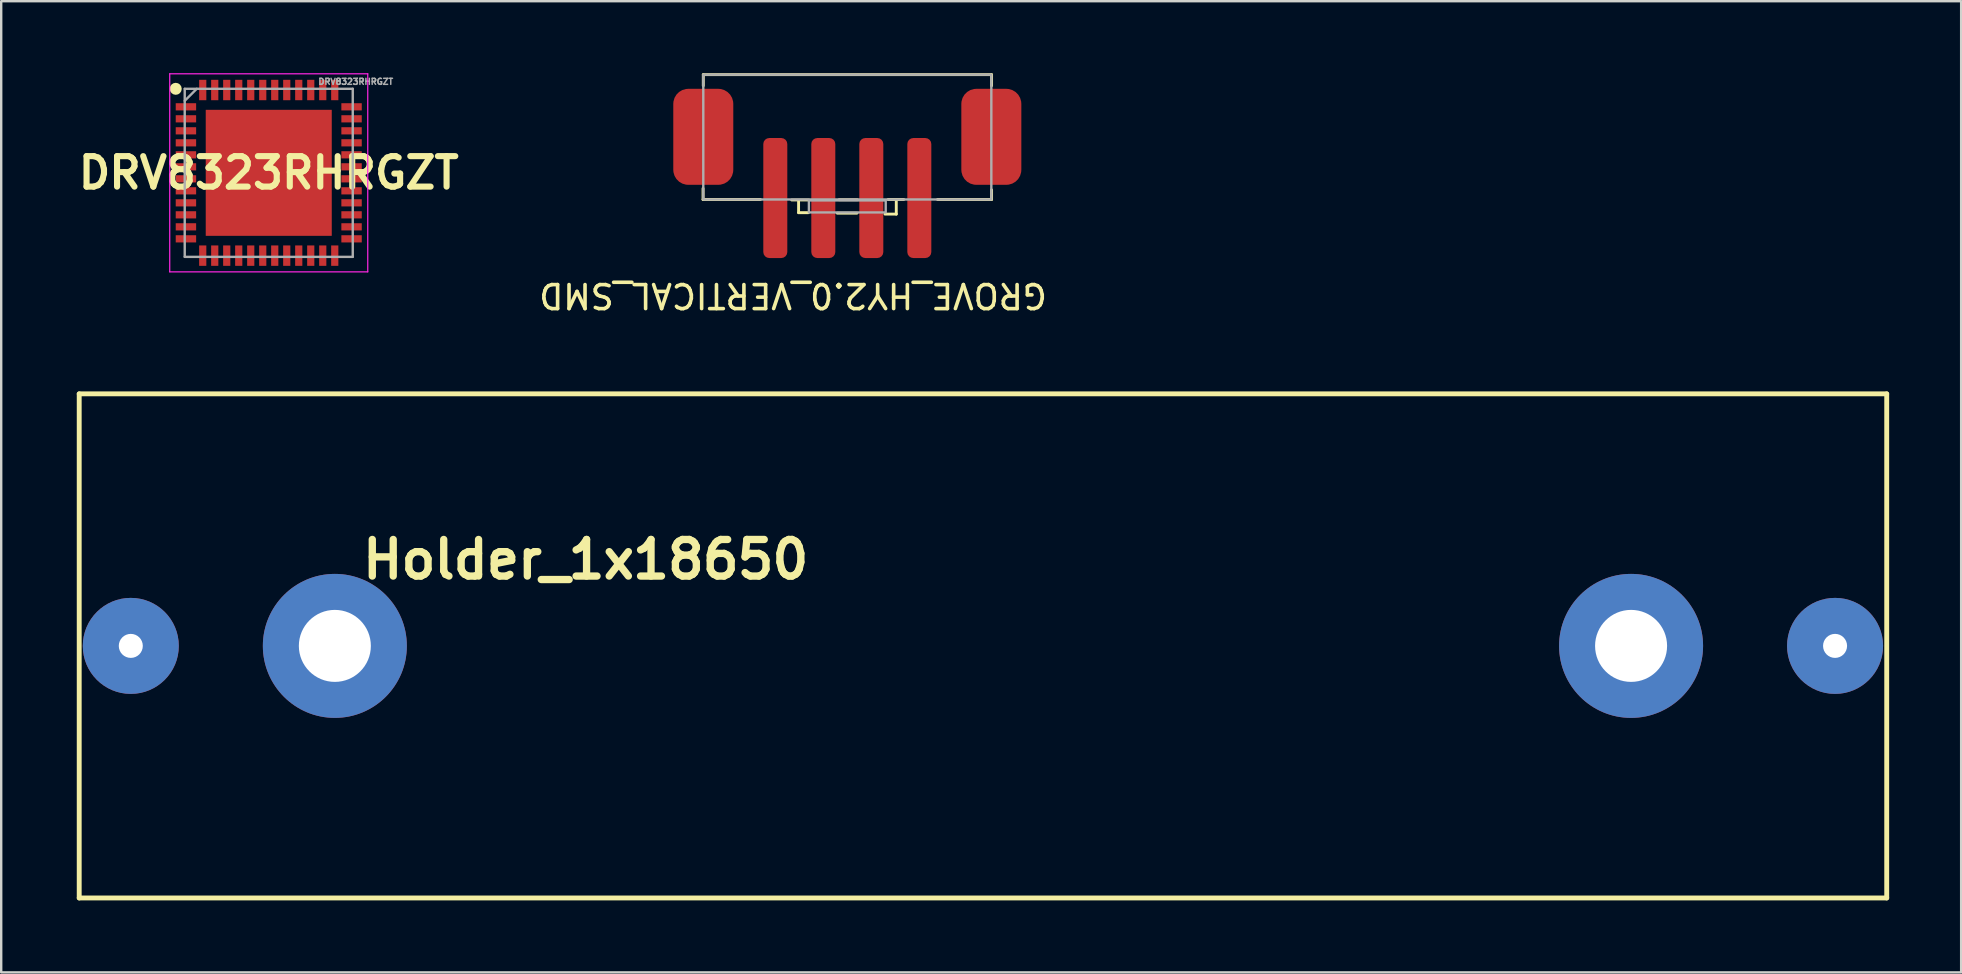
<source format=kicad_pcb>
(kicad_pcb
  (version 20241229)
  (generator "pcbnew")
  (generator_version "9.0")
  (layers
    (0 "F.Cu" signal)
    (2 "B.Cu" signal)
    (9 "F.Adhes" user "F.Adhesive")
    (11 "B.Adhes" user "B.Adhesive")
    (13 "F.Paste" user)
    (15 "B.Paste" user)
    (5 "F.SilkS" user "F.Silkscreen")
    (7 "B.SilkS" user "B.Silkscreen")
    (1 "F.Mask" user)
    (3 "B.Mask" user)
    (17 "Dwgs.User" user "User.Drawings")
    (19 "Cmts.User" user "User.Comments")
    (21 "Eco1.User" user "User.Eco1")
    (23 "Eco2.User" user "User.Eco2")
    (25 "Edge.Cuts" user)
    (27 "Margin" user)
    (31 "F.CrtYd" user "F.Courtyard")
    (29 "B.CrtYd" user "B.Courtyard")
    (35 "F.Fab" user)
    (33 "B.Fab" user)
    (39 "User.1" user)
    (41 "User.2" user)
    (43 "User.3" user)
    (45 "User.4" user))
  (footprint "GROVE_HY2.0_VERTICAL_SMD"
    (layer "F.Cu")
    (at 32.249 2.8)
    (property "Reference" "GROVE_HY2.0_VERTICAL_SMD" (at -2.26 6.46 180) (unlocked yes) (layer "F.SilkS") (effects (font (size 1 1) (thickness 0.15))))
    (attr smd)
    (fp_line (start -6.01 2.46) (end -6.01 2) (stroke (width 0.12) (type solid)) (layer "F.SilkS"))
    (fp_line (start -6 -2.74) (end 6.01 -2.74) (stroke (width 0.12) (type solid)) (layer "F.SilkS"))
    (fp_line (start -6 -2.28) (end -6 -2.74) (stroke (width 0.12) (type solid)) (layer "F.SilkS"))
    (fp_line (start -3.62 2.46) (end -6.01 2.46) (stroke (width 0.12) (type solid)) (layer "F.SilkS"))
    (fp_line (start -2.03 2.55) (end -2.03 3.01) (stroke (width 0.12) (type solid)) (layer "F.SilkS"))
    (fp_line (start -2.03 3.01) (end -1.62 3.01) (stroke (width 0.12) (type solid)) (layer "F.SilkS"))
    (fp_line (start -1.6 2.48) (end -2.32 2.48) (stroke (width 0.12) (type solid)) (layer "F.SilkS"))
    (fp_line (start -0.42 3.03) (end 0.4 3.03) (stroke (width 0.12) (type solid)) (layer "F.SilkS"))
    (fp_line (start 0.42 2.47) (end -0.34 2.47) (stroke (width 0.12) (type solid)) (layer "F.SilkS"))
    (fp_line (start 1.57 3.07) (end 2.04 3.07) (stroke (width 0.12) (type solid)) (layer "F.SilkS"))
    (fp_line (start 2.04 3.07) (end 2.04 2.46) (stroke (width 0.12) (type solid)) (layer "F.SilkS"))
    (fp_line (start 2.35 2.46) (end 1.7 2.46) (stroke (width 0.12) (type solid)) (layer "F.SilkS"))
    (fp_line (start 6.01 -2.74) (end 6.01 -2.28) (stroke (width 0.12) (type solid)) (layer "F.SilkS"))
    (fp_line (start 6.01 2.06) (end 6.01 2.46) (stroke (width 0.12) (type solid)) (layer "F.SilkS"))
    (fp_line (start 6.01 2.46) (end 3.76 2.46) (stroke (width 0.12) (type solid)) (layer "F.SilkS"))
    (fp_rect (start -1.6 2.5) (end 1.6 3) (stroke (width 0.1) (type solid)) (fill no) (layer "F.Fab"))
    (fp_rect (start 6 -2.74) (end -6 2.46) (stroke (width 0.1) (type solid)) (fill no) (layer "F.Fab"))
    (pad "" smd roundrect (at -6 -0.15) (size 2.5 4) (layers "F.Cu" "F.Mask" "F.Paste") (roundrect_rratio 0.25))
    (pad "" smd roundrect (at 6 -0.15) (size 2.5 4) (layers "F.Cu" "F.Mask" "F.Paste") (roundrect_rratio 0.25))
    (pad "1" smd roundrect (at -3 2.4) (size 1 5) (layers "F.Cu" "F.Mask" "F.Paste") (roundrect_rratio 0.25))
    (pad "2" smd roundrect (at -1 2.4) (size 1 5) (layers "F.Cu" "F.Mask" "F.Paste") (roundrect_rratio 0.25))
    (pad "3" smd roundrect (at 1 2.4) (size 1 5) (layers "F.Cu" "F.Mask" "F.Paste") (roundrect_rratio 0.25))
    (pad "4" smd roundrect (at 3 2.4) (size 1 5) (layers "F.Cu" "F.Mask" "F.Paste") (roundrect_rratio 0.25)))
  (footprint "DRV8323RHRGZT"
    (layer "F.Cu")
    (at 8.146 4.15)
    (property "Reference" "DRV8323RHRGZT" (at 0 0 0) (layer "F.SilkS") (effects (font (size 1.27 1.27) (thickness 0.254))))
    (attr smd)
    (fp_circle (center -3.875 -3.5) (end -3.875 -3.375) (stroke (width 0.25) (type solid)) (fill no) (layer "F.SilkS"))
    (fp_line (start -4.125 -4.125) (end 4.125 -4.125) (stroke (width 0.05) (type solid)) (layer "F.CrtYd"))
    (fp_line (start -4.125 4.125) (end -4.125 -4.125) (stroke (width 0.05) (type solid)) (layer "F.CrtYd"))
    (fp_line (start 4.125 -4.125) (end 4.125 4.125) (stroke (width 0.05) (type solid)) (layer "F.CrtYd"))
    (fp_line (start 4.125 4.125) (end -4.125 4.125) (stroke (width 0.05) (type solid)) (layer "F.CrtYd"))
    (fp_line (start -3.5 -3.5) (end 3.5 -3.5) (stroke (width 0.1) (type solid)) (layer "F.Fab"))
    (fp_line (start -3.5 -3) (end -3 -3.5) (stroke (width 0.1) (type solid)) (layer "F.Fab"))
    (fp_line (start -3.5 3.5) (end -3.5 -3.5) (stroke (width 0.1) (type solid)) (layer "F.Fab"))
    (fp_line (start 3.5 -3.5) (end 3.5 3.5) (stroke (width 0.1) (type solid)) (layer "F.Fab"))
    (fp_line (start 3.5 3.5) (end -3.5 3.5) (stroke (width 0.1) (type solid)) (layer "F.Fab"))
    (fp_text user "${REFERENCE}" (at 3.625 -3.8 0) (layer "F.Fab") (effects (font (size 0.25 0.25) (thickness 0.062))))
    (pad "1" smd rect (at -3.45 -2.75 90) (size 0.3 0.85) (layers "F.Cu" "F.Mask" "F.Paste"))
    (pad "2" smd rect (at -3.45 -2.25 90) (size 0.3 0.85) (layers "F.Cu" "F.Mask" "F.Paste"))
    (pad "3" smd rect (at -3.45 -1.75 90) (size 0.3 0.85) (layers "F.Cu" "F.Mask" "F.Paste"))
    (pad "4" smd rect (at -3.45 -1.25 90) (size 0.3 0.85) (layers "F.Cu" "F.Mask" "F.Paste"))
    (pad "5" smd rect (at -3.45 -0.75 90) (size 0.3 0.85) (layers "F.Cu" "F.Mask" "F.Paste"))
    (pad "6" smd rect (at -3.45 -0.25 90) (size 0.3 0.85) (layers "F.Cu" "F.Mask" "F.Paste"))
    (pad "7" smd rect (at -3.45 0.25 90) (size 0.3 0.85) (layers "F.Cu" "F.Mask" "F.Paste"))
    (pad "8" smd rect (at -3.45 0.75 90) (size 0.3 0.85) (layers "F.Cu" "F.Mask" "F.Paste"))
    (pad "9" smd rect (at -3.45 1.25 90) (size 0.3 0.85) (layers "F.Cu" "F.Mask" "F.Paste"))
    (pad "10" smd rect (at -3.45 1.75 90) (size 0.3 0.85) (layers "F.Cu" "F.Mask" "F.Paste"))
    (pad "11" smd rect (at -3.45 2.25 90) (size 0.3 0.85) (layers "F.Cu" "F.Mask" "F.Paste"))
    (pad "12" smd rect (at -3.45 2.75 90) (size 0.3 0.85) (layers "F.Cu" "F.Mask" "F.Paste"))
    (pad "13" smd rect (at -2.75 3.45) (size 0.3 0.85) (layers "F.Cu" "F.Mask" "F.Paste"))
    (pad "14" smd rect (at -2.25 3.45) (size 0.3 0.85) (layers "F.Cu" "F.Mask" "F.Paste"))
    (pad "15" smd rect (at -1.75 3.45) (size 0.3 0.85) (layers "F.Cu" "F.Mask" "F.Paste"))
    (pad "16" smd rect (at -1.25 3.45) (size 0.3 0.85) (layers "F.Cu" "F.Mask" "F.Paste"))
    (pad "17" smd rect (at -0.75 3.45) (size 0.3 0.85) (layers "F.Cu" "F.Mask" "F.Paste"))
    (pad "18" smd rect (at -0.25 3.45) (size 0.3 0.85) (layers "F.Cu" "F.Mask" "F.Paste"))
    (pad "19" smd rect (at 0.25 3.45) (size 0.3 0.85) (layers "F.Cu" "F.Mask" "F.Paste"))
    (pad "20" smd rect (at 0.75 3.45) (size 0.3 0.85) (layers "F.Cu" "F.Mask" "F.Paste"))
    (pad "21" smd rect (at 1.25 3.45) (size 0.3 0.85) (layers "F.Cu" "F.Mask" "F.Paste"))
    (pad "22" smd rect (at 1.75 3.45) (size 0.3 0.85) (layers "F.Cu" "F.Mask" "F.Paste"))
    (pad "23" smd rect (at 2.25 3.45) (size 0.3 0.85) (layers "F.Cu" "F.Mask" "F.Paste"))
    (pad "24" smd rect (at 2.75 3.45) (size 0.3 0.85) (layers "F.Cu" "F.Mask" "F.Paste"))
    (pad "25" smd rect (at 3.45 2.75 90) (size 0.3 0.85) (layers "F.Cu" "F.Mask" "F.Paste"))
    (pad "26" smd rect (at 3.45 2.25 90) (size 0.3 0.85) (layers "F.Cu" "F.Mask" "F.Paste"))
    (pad "27" smd rect (at 3.45 1.75 90) (size 0.3 0.85) (layers "F.Cu" "F.Mask" "F.Paste"))
    (pad "28" smd rect (at 3.45 1.25 90) (size 0.3 0.85) (layers "F.Cu" "F.Mask" "F.Paste"))
    (pad "29" smd rect (at 3.45 0.75 90) (size 0.3 0.85) (layers "F.Cu" "F.Mask" "F.Paste"))
    (pad "30" smd rect (at 3.45 0.25 90) (size 0.3 0.85) (layers "F.Cu" "F.Mask" "F.Paste"))
    (pad "31" smd rect (at 3.45 -0.25 90) (size 0.3 0.85) (layers "F.Cu" "F.Mask" "F.Paste"))
    (pad "32" smd rect (at 3.45 -0.75 90) (size 0.3 0.85) (layers "F.Cu" "F.Mask" "F.Paste"))
    (pad "33" smd rect (at 3.45 -1.25 90) (size 0.3 0.85) (layers "F.Cu" "F.Mask" "F.Paste"))
    (pad "34" smd rect (at 3.45 -1.75 90) (size 0.3 0.85) (layers "F.Cu" "F.Mask" "F.Paste"))
    (pad "35" smd rect (at 3.45 -2.25 90) (size 0.3 0.85) (layers "F.Cu" "F.Mask" "F.Paste"))
    (pad "36" smd rect (at 3.45 -2.75 90) (size 0.3 0.85) (layers "F.Cu" "F.Mask" "F.Paste"))
    (pad "37" smd rect (at 2.75 -3.45) (size 0.3 0.85) (layers "F.Cu" "F.Mask" "F.Paste"))
    (pad "38" smd rect (at 2.25 -3.45) (size 0.3 0.85) (layers "F.Cu" "F.Mask" "F.Paste"))
    (pad "39" smd rect (at 1.75 -3.45) (size 0.3 0.85) (layers "F.Cu" "F.Mask" "F.Paste"))
    (pad "40" smd rect (at 1.25 -3.45) (size 0.3 0.85) (layers "F.Cu" "F.Mask" "F.Paste"))
    (pad "41" smd rect (at 0.75 -3.45) (size 0.3 0.85) (layers "F.Cu" "F.Mask" "F.Paste"))
    (pad "42" smd rect (at 0.25 -3.45) (size 0.3 0.85) (layers "F.Cu" "F.Mask" "F.Paste"))
    (pad "43" smd rect (at -0.25 -3.45) (size 0.3 0.85) (layers "F.Cu" "F.Mask" "F.Paste"))
    (pad "44" smd rect (at -0.75 -3.45) (size 0.3 0.85) (layers "F.Cu" "F.Mask" "F.Paste"))
    (pad "45" smd rect (at -1.25 -3.45) (size 0.3 0.85) (layers "F.Cu" "F.Mask" "F.Paste"))
    (pad "46" smd rect (at -1.75 -3.45) (size 0.3 0.85) (layers "F.Cu" "F.Mask" "F.Paste"))
    (pad "47" smd rect (at -2.25 -3.45) (size 0.3 0.85) (layers "F.Cu" "F.Mask" "F.Paste"))
    (pad "48" smd rect (at -2.75 -3.45) (size 0.3 0.85) (layers "F.Cu" "F.Mask" "F.Paste"))
    (pad "49" smd rect (at 0 0) (size 5.25 5.25) (layers "F.Cu" "F.Mask" "F.Paste")))
  (footprint "Holder_1x18650"
    (layer "F.Cu")
    (at 0.25 13.358)
    (property "Reference" "Holder_1x18650" (at 21.1 6.901 0) (layer "F.SilkS") (effects (font (size 1.524 1.524) (thickness 0.305))))
    (attr through_hole)
    (fp_line (start 0 0) (end 0 21.001) (stroke (width 0.203) (type solid)) (layer "F.SilkS"))
    (fp_line (start 0 21.001) (end 75.301 21.001) (stroke (width 0.203) (type solid)) (layer "F.SilkS"))
    (fp_line (start 75.301 0) (end 0 0) (stroke (width 0.203) (type solid)) (layer "F.SilkS"))
    (fp_line (start 75.301 21.001) (end 75.301 0) (stroke (width 0.203) (type solid)) (layer "F.SilkS"))
    (pad "" thru_hole circle (at 10.65 10.5) (size 5.999 5.999) (drill 3) (layers "*.Cu" "*.Mask"))
    (pad "" thru_hole circle (at 64.651 10.5) (size 5.999 5.999) (drill 3) (layers "*.Cu" "*.Mask"))
    (pad "1" thru_hole circle (at 2.149 10.5) (size 4 4) (drill 1.001) (layers "*.Cu" "*.Mask"))
    (pad "2" thru_hole circle (at 73.149 10.5) (size 4 4) (drill 1.001) (layers "*.Cu" "*.Mask")))
  (gr_rect
    (start -3 -3)
    (end 78.652 37.461)
    (stroke (width 0.1) (type default))
    (fill no)
    (layer "Edge.Cuts")))
</source>
